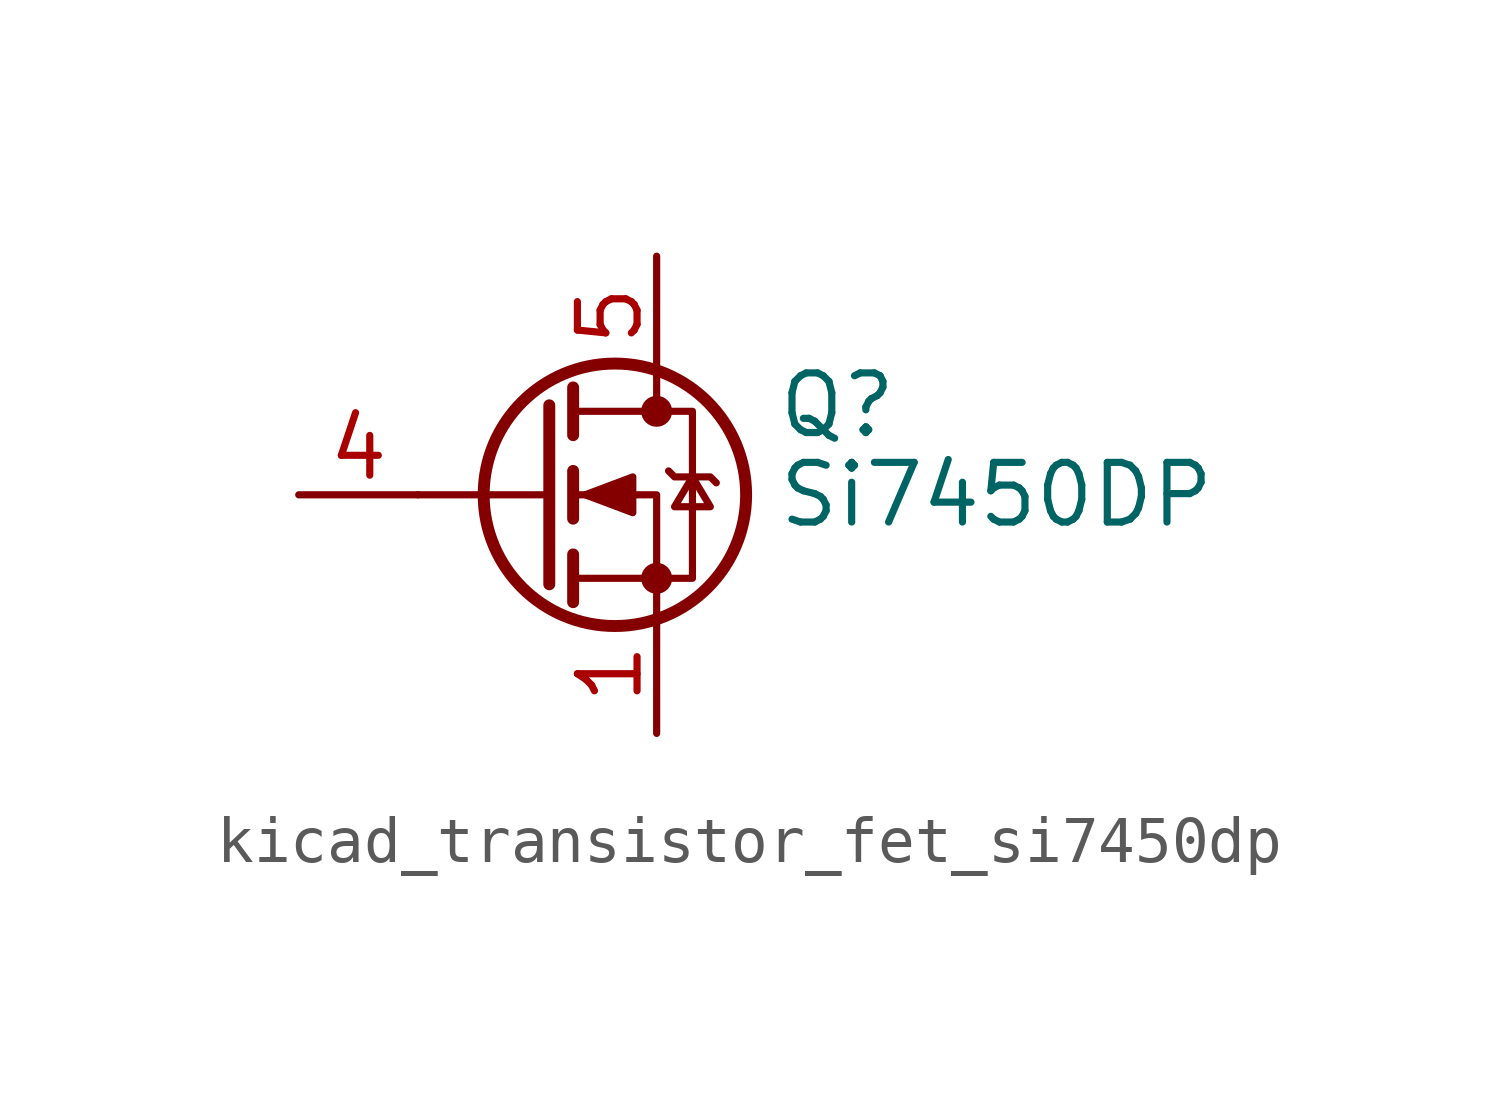
<source format=kicad_sym>
(kicad_symbol_lib
  (version 20220914)
  (generator kicad_symbol_editor)
  (symbol "kicad_transistor_fet_si7450dp"
    (pin_names hide)
    (property "Reference" "Q"
      (at 5.08 1.905 0)
      (effects (font (size 1.27 1.27)) (justify left)))
    (property "Value" "Si7450DP"
      (at 5.08 0 0)
      (effects (font (size 1.27 1.27)) (justify left)))
    (symbol "kicad_transistor_fet_si7450dp_0_1"
      (polyline (pts (xy 0.254 0) (xy -2.54 0)) (stroke (width 0) (type default)) (fill (type none)))
      (polyline (pts (xy 0.254 1.905) (xy 0.254 -1.905)) (stroke (width 0.254) (type default)) (fill (type none)))
      (polyline (pts (xy 0.762 -1.27) (xy 0.762 -2.286)) (stroke (width 0.254) (type default)) (fill (type none)))
      (polyline (pts (xy 0.762 0.508) (xy 0.762 -0.508)) (stroke (width 0.254) (type default)) (fill (type none)))
      (polyline (pts (xy 0.762 2.286) (xy 0.762 1.27)) (stroke (width 0.254) (type default)) (fill (type none)))
      (polyline (pts (xy 2.54 2.54) (xy 2.54 1.778)) (stroke (width 0) (type default)) (fill (type none)))
      (polyline (pts (xy 2.54 -2.54) (xy 2.54 0) (xy 0.762 0)) (stroke (width 0) (type default)) (fill (type none)))
      (polyline (pts (xy 0.762 -1.778) (xy 3.302 -1.778) (xy 3.302 1.778) (xy 0.762 1.778)) (stroke (width 0) (type default)) (fill (type none)))
      (polyline (pts (xy 1.016 0) (xy 2.032 0.381) (xy 2.032 -0.381) (xy 1.016 0)) (stroke (width 0) (type default)) (fill (type outline)))
      (polyline (pts (xy 2.794 0.508) (xy 2.921 0.381) (xy 3.683 0.381) (xy 3.81 0.254)) (stroke (width 0) (type default)) (fill (type none)))
      (polyline (pts (xy 3.302 0.381) (xy 2.921 -0.254) (xy 3.683 -0.254) (xy 3.302 0.381)) (stroke (width 0) (type default)) (fill (type none)))
      (circle (center 1.651 0) (radius 2.794) (stroke (width 0.254) (type default)) (fill (type none)))
      (circle (center 2.54 -1.778) (radius 0.254) (stroke (width 0) (type default)) (fill (type outline)))
      (circle (center 2.54 1.778) (radius 0.254) (stroke (width 0) (type default)) (fill (type outline))))
    (symbol "kicad_transistor_fet_si7450dp_1_1"
      (pin passive line (at 2.54 -5.08 90) (length 2.54) (name "S" (effects (font (size 1.27 1.27)))) (number "1" (effects (font (size 1.27 1.27)))))
      (pin passive line (at 2.54 -5.08 90) (length 2.54) hide (name "S" (effects (font (size 1.27 1.27)))) (number "2" (effects (font (size 1.27 1.27)))))
      (pin passive line (at 2.54 -5.08 90) (length 2.54) hide (name "S" (effects (font (size 1.27 1.27)))) (number "3" (effects (font (size 1.27 1.27)))))
      (pin input line (at -5.08 0 0) (length 2.54) (name "G" (effects (font (size 1.27 1.27)))) (number "4" (effects (font (size 1.27 1.27)))))
      (pin passive line (at 2.54 5.08 270) (length 2.54) (name "D" (effects (font (size 1.27 1.27)))) (number "5" (effects (font (size 1.27 1.27))))))))
</source>
